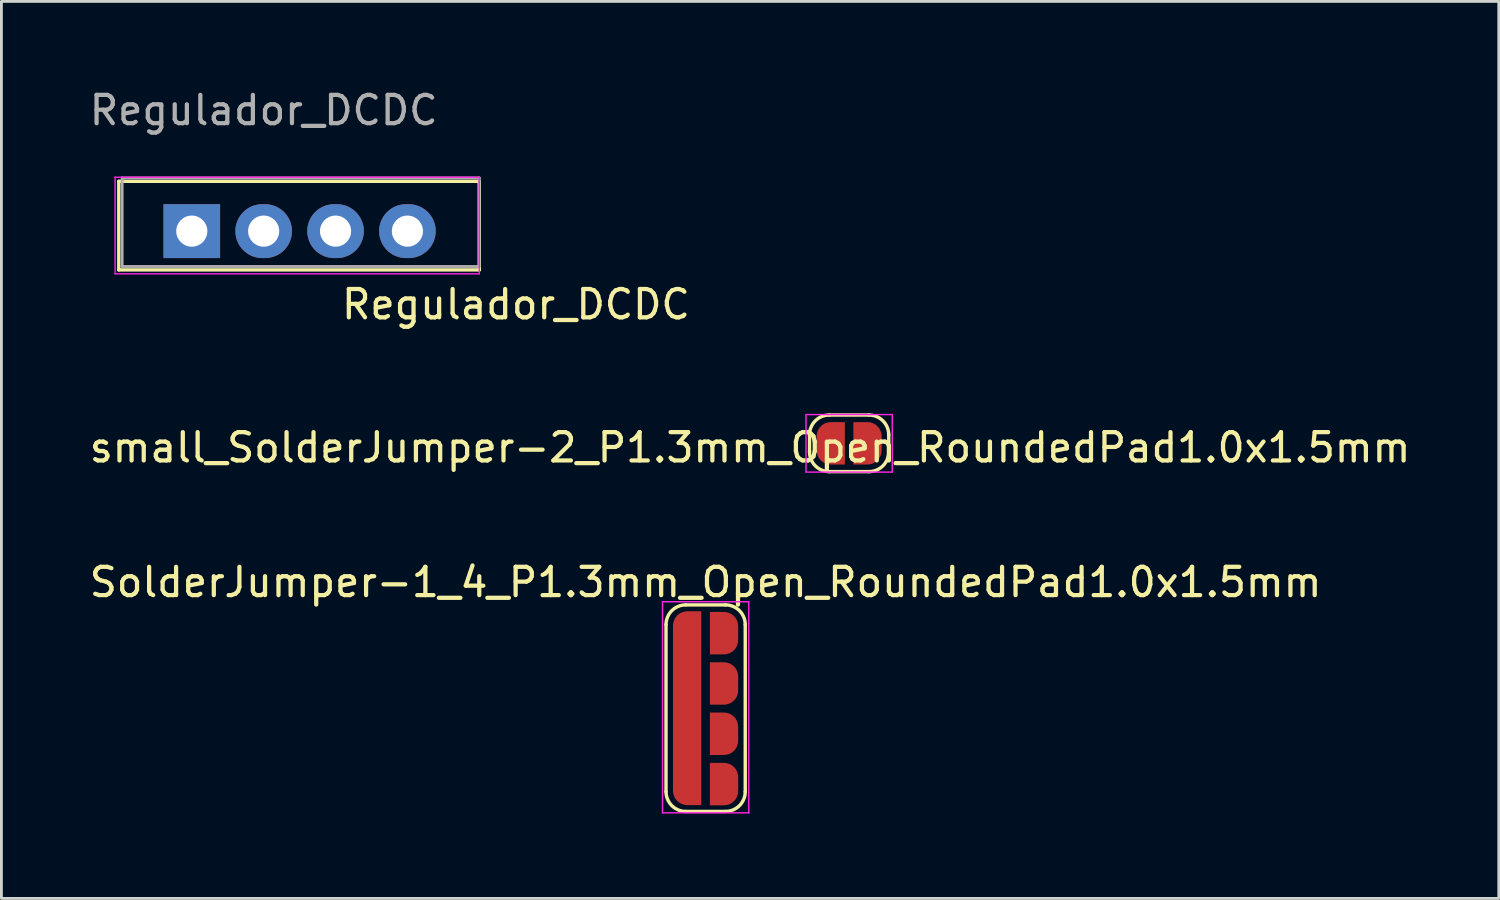
<source format=kicad_pcb>
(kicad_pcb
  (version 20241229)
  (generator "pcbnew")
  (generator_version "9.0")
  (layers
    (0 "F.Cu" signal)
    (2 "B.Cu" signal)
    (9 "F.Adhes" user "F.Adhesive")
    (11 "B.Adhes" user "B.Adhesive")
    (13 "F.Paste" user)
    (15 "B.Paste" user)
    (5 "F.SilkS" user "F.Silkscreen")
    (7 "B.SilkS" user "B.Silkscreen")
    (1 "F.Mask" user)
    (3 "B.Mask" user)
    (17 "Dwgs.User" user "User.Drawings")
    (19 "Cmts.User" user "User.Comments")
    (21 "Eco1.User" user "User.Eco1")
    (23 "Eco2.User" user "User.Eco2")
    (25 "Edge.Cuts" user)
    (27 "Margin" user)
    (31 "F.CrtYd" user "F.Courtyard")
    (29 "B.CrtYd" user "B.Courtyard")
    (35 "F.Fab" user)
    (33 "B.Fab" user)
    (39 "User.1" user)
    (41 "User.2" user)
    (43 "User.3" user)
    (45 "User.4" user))
  (footprint "SolderJumper-1_4_P1.3mm_Open_RoundedPad1.0x1.5mm"
    (layer "F.Cu")
    (at 21.887 19.326)
    (property "Reference" "SolderJumper-1_4_P1.3mm_Open_RoundedPad1.0x1.5mm" (at 0 -1.8 0) (layer "F.SilkS") (effects (font (size 1 1) (thickness 0.15))))
    (attr exclude_from_pos_files)
    (fp_line (start -1.4 5.6) (end -1.4 -0.3) (stroke (width 0.12) (type solid)) (layer "F.SilkS"))
    (fp_line (start -0.7 -1) (end 0.7 -1) (stroke (width 0.12) (type solid)) (layer "F.SilkS"))
    (fp_line (start 0.7 6.3) (end -0.7 6.3) (stroke (width 0.12) (type solid)) (layer "F.SilkS"))
    (fp_line (start 1.4 -0.3) (end 1.4 5.6) (stroke (width 0.12) (type solid)) (layer "F.SilkS"))
    (fp_arc (start -1.4 -0.3) (mid -1.194975 -0.794975) (end -0.7 -1) (stroke (width 0.12) (type solid)) (layer "F.SilkS"))
    (fp_arc (start -0.7 6.3) (mid -1.194975 6.094975) (end -1.4 5.6) (stroke (width 0.12) (type solid)) (layer "F.SilkS"))
    (fp_arc (start 0.7 -1) (mid 1.194975 -0.794975) (end 1.4 -0.3) (stroke (width 0.12) (type solid)) (layer "F.SilkS"))
    (fp_arc (start 1.4 5.6) (mid 1.194975 6.094975) (end 0.7 6.3) (stroke (width 0.12) (type solid)) (layer "F.SilkS"))
    (fp_line (start -1.524 -1.111) (end -1.524 6.35) (stroke (width 0.05) (type solid)) (layer "F.CrtYd"))
    (fp_line (start -1.524 -1.111) (end 1.524 -1.111) (stroke (width 0.05) (type solid)) (layer "F.CrtYd"))
    (fp_line (start 1.524 6.35) (end -1.524 6.35) (stroke (width 0.05) (type solid)) (layer "F.CrtYd"))
    (fp_line (start 1.524 6.35) (end 1.524 -1.111) (stroke (width 0.05) (type solid)) (layer "F.CrtYd"))
    (pad "1" smd roundrect (at -0.653 2.652) (size 1 6.85) (layers "F.Cu" "F.Mask") (roundrect_rratio 0.5) (chamfer_ratio 0) (chamfer top_right bottom_right))
    (pad "2" smd custom (at 0.65 0) (size 1 0.5) (layers "F.Cu" "F.Mask") (options (anchor rect)) (primitives (gr_circle (center 0 0.25) (end 0.5 0.25) (width 0) (fill yes)) (gr_circle (center 0 -0.25) (end 0.5 -0.25) (width 0) (fill yes)) (gr_poly (pts (xy 0 0.75) (xy -0.5 0.75) (xy -0.5 -0.75) (xy 0 -0.75)) (width 0) (fill yes))))
    (pad "3" smd custom (at 0.65 1.778) (size 1 0.5) (layers "F.Cu" "F.Mask") (options (anchor rect)) (primitives (gr_circle (center 0 0.25) (end 0.5 0.25) (width 0) (fill yes)) (gr_circle (center 0 -0.25) (end 0.5 -0.25) (width 0) (fill yes)) (gr_poly (pts (xy 0 0.75) (xy -0.5 0.75) (xy -0.5 -0.75) (xy 0 -0.75)) (width 0) (fill yes))))
    (pad "4" smd custom (at 0.65 3.556) (size 1 0.5) (layers "F.Cu" "F.Mask") (options (anchor rect)) (primitives (gr_circle (center 0 0.25) (end 0.5 0.25) (width 0) (fill yes)) (gr_circle (center 0 -0.25) (end 0.5 -0.25) (width 0) (fill yes)) (gr_poly (pts (xy 0 0.75) (xy -0.5 0.75) (xy -0.5 -0.75) (xy 0 -0.75)) (width 0) (fill yes))))
    (pad "5" smd custom (at 0.65 5.334) (size 1 0.5) (layers "F.Cu" "F.Mask") (options (anchor rect)) (primitives (gr_circle (center 0 0.25) (end 0.5 0.25) (width 0) (fill yes)) (gr_circle (center 0 -0.25) (end 0.5 -0.25) (width 0) (fill yes)) (gr_poly (pts (xy 0 0.75) (xy -0.5 0.75) (xy -0.5 -0.75) (xy 0 -0.75)) (width 0) (fill yes)))))
  (footprint "small_SolderJumper-2_P1.3mm_Open_RoundedPad1.0x1.5mm"
    (layer "F.Cu")
    (at 26.958 12.617)
    (property "Reference" "small_SolderJumper-2_P1.3mm_Open_RoundedPad1.0x1.5mm" (at -3.5 0.15 0) (layer "F.SilkS") (effects (font (size 1 1) (thickness 0.15))))
    (attr exclude_from_pos_files allow_soldermask_bridges)
    (fp_line (start -1.4 0.3) (end -1.4 -0.3) (stroke (width 0.12) (type solid)) (layer "F.SilkS"))
    (fp_line (start -0.7 -1) (end 0.7 -1) (stroke (width 0.12) (type solid)) (layer "F.SilkS"))
    (fp_line (start 0.7 1) (end -0.7 1) (stroke (width 0.12) (type solid)) (layer "F.SilkS"))
    (fp_line (start 1.4 -0.3) (end 1.4 0.3) (stroke (width 0.12) (type solid)) (layer "F.SilkS"))
    (fp_arc (start -1.4 -0.3) (mid -1.194975 -0.794975) (end -0.7 -1) (stroke (width 0.12) (type solid)) (layer "F.SilkS"))
    (fp_arc (start -0.7 1) (mid -1.194975 0.794975) (end -1.4 0.3) (stroke (width 0.12) (type solid)) (layer "F.SilkS"))
    (fp_arc (start 0.7 -1) (mid 1.194975 -0.794975) (end 1.4 -0.3) (stroke (width 0.12) (type solid)) (layer "F.SilkS"))
    (fp_arc (start 1.4 0.3) (mid 1.194975 0.794975) (end 0.7 1) (stroke (width 0.12) (type solid)) (layer "F.SilkS"))
    (fp_line (start -1.524 -1.016) (end -1.524 1.016) (stroke (width 0.05) (type solid)) (layer "F.CrtYd"))
    (fp_line (start -1.524 -1.016) (end 1.524 -1.016) (stroke (width 0.05) (type solid)) (layer "F.CrtYd"))
    (fp_line (start 1.524 1.016) (end -1.524 1.016) (stroke (width 0.05) (type solid)) (layer "F.CrtYd"))
    (fp_line (start 1.524 1.016) (end 1.524 -1.016) (stroke (width 0.05) (type solid)) (layer "F.CrtYd"))
    (pad "1" smd custom (at -0.65 0) (size 1 0.5) (layers "F.Cu" "F.Mask") (options (anchor rect)) (primitives (gr_circle (center 0 0.25) (end 0.5 0.25) (width 0) (fill yes)) (gr_circle (center 0 -0.25) (end 0.5 -0.25) (width 0) (fill yes)) (gr_poly (pts (xy 0.5 0.75) (xy 0 0.75) (xy 0 -0.75) (xy 0.5 -0.75)) (width 0) (fill yes))))
    (pad "2" smd custom (at 0.65 0) (size 1 0.5) (layers "F.Cu" "F.Mask") (options (anchor rect)) (primitives (gr_circle (center 0 0.25) (end 0.5 0.25) (width 0) (fill yes)) (gr_circle (center 0 -0.25) (end 0.5 -0.25) (width 0) (fill yes)) (gr_poly (pts (xy 0 0.75) (xy -0.5 0.75) (xy -0.5 -0.75) (xy 0 -0.75)) (width 0) (fill yes)))))
  (footprint "Regulador_DCDC"
    (layer "F.Cu")
    (at 3.728 5.118)
    (property "Reference" "Regulador_DCDC" (at 11.455 2.591 0) (layer "F.SilkS") (effects (font (size 1 1) (thickness 0.15))))
    (attr through_hole)
    (fp_line (start -2.58 -1.76) (end -2.58 1.371) (stroke (width 0.12) (type solid)) (layer "F.SilkS"))
    (fp_line (start -2.58 -1.76) (end 10.16 -1.76) (stroke (width 0.12) (type solid)) (layer "F.SilkS"))
    (fp_line (start -2.58 1.371) (end 10.16 1.371) (stroke (width 0.12) (type solid)) (layer "F.SilkS"))
    (fp_line (start 10.16 -1.76) (end 10.16 1.371) (stroke (width 0.12) (type solid)) (layer "F.SilkS"))
    (fp_line (start -2.71 -1.905) (end -2.71 1.51) (stroke (width 0.05) (type solid)) (layer "F.CrtYd"))
    (fp_line (start -2.71 1.51) (end 10.16 1.51) (stroke (width 0.05) (type solid)) (layer "F.CrtYd"))
    (fp_line (start 10.16 -1.905) (end -2.71 -1.905) (stroke (width 0.05) (type solid)) (layer "F.CrtYd"))
    (fp_line (start 10.16 1.51) (end 10.16 -1.905) (stroke (width 0.05) (type solid)) (layer "F.CrtYd"))
    (fp_line (start -2.46 -1.88) (end -2.46 1.25) (stroke (width 0.1) (type solid)) (layer "F.Fab"))
    (fp_line (start -2.46 -1.88) (end 10.16 -1.88) (stroke (width 0.1) (type solid)) (layer "F.Fab"))
    (fp_line (start -2.46 1.25) (end 10.16 1.25) (stroke (width 0.1) (type solid)) (layer "F.Fab"))
    (fp_line (start 10.16 1.25) (end 10.16 -1.88) (stroke (width 0.1) (type solid)) (layer "F.Fab"))
    (fp_text user "${REFERENCE}" (at 2.54 -4.27 0) (layer "F.Fab") (effects (font (size 1 1) (thickness 0.15))))
    (pad "1" thru_hole rect (at 0 0 90) (size 1.905 2) (drill 1.1) (layers "*.Cu" "*.Mask"))
    (pad "2" thru_hole oval (at 2.54 0 90) (size 1.905 2) (drill 1.1) (layers "*.Cu" "*.Mask"))
    (pad "3" thru_hole oval (at 5.08 0 90) (size 1.905 2) (drill 1.1) (layers "*.Cu" "*.Mask"))
    (pad "4" thru_hole oval (at 7.62 0 90) (size 1.905 2) (drill 1.1) (layers "*.Cu" "*.Mask")))
  (gr_rect
    (start -3 -3)
    (end 49.917 28.701)
    (stroke (width 0.1) (type default))
    (fill no)
    (layer "Edge.Cuts")))
</source>
